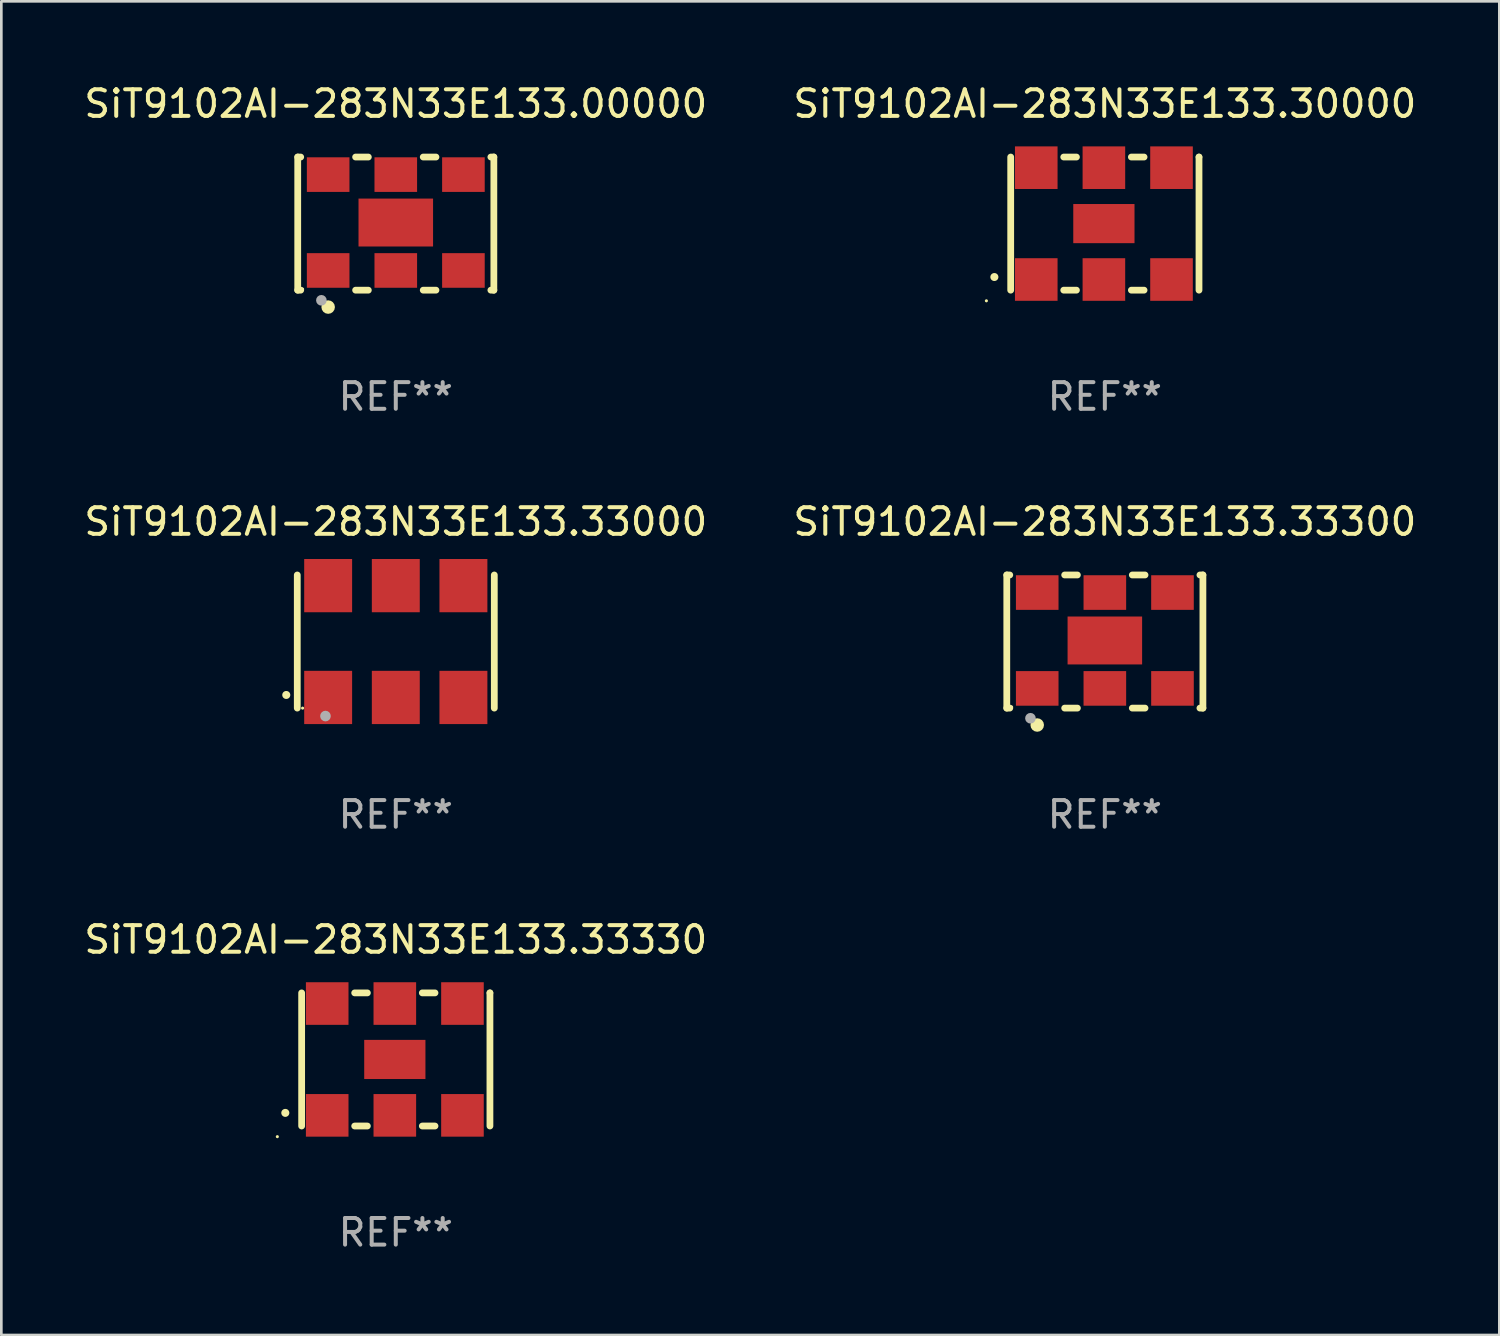
<source format=kicad_pcb>
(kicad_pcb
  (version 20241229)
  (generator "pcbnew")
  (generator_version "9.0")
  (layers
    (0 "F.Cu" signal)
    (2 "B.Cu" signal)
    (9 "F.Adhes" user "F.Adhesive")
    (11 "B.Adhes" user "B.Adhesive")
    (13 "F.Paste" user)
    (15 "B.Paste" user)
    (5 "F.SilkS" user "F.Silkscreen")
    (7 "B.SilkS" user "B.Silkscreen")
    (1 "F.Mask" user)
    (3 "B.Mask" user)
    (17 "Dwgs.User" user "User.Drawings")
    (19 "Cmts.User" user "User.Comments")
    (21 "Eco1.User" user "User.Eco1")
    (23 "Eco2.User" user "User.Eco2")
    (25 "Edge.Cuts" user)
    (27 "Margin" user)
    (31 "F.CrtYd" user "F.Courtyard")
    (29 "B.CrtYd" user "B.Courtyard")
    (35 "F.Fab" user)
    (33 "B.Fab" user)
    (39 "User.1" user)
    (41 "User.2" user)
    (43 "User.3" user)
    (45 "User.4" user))
  (footprint "SiT9102AI-283N33E133.33330"
    (layer "F.Cu")
    (at 11.815 36.741)
    (property "Reference" "SiT9102AI-283N33E133.33330" (at 0 -4.5 0) (layer "F.SilkS") (effects (font (size 1 1) (thickness 0.15))))
    (attr through_hole)
    (fp_line (start -3.536 -2.5) (end -3.536 2.5) (stroke (width 0.254) (type solid)) (layer "F.SilkS"))
    (fp_line (start -1.544 2.5) (end -1.067 2.5) (stroke (width 0.254) (type solid)) (layer "F.SilkS"))
    (fp_line (start -1.067 -2.5) (end -1.544 -2.5) (stroke (width 0.254) (type solid)) (layer "F.SilkS"))
    (fp_line (start 0.996 2.5) (end 1.473 2.5) (stroke (width 0.254) (type solid)) (layer "F.SilkS"))
    (fp_line (start 1.473 -2.5) (end 0.996 -2.5) (stroke (width 0.254) (type solid)) (layer "F.SilkS"))
    (fp_line (start 3.536 -2.5) (end 3.536 -2.5) (stroke (width 0.254) (type solid)) (layer "F.SilkS"))
    (fp_line (start 3.536 2.5) (end 3.536 -2.5) (stroke (width 0.254) (type solid)) (layer "F.SilkS"))
    (fp_arc (start -4.150432 2.006604) (mid -4.149162 2.006599) (end -4.147892 2.006604) (stroke (width 0.3) (type solid)) (layer "F.SilkS"))
    (fp_circle (center -4.449 2.9) (end -4.419 2.9) (stroke (width 0.06) (type solid)) (fill no) (layer "F.SilkS"))
    (fp_text user "REF**" (at 0 6.5 0) (layer "F.Fab") (effects (font (size 1 1) (thickness 0.15))))
    (pad "1" smd rect (at -2.576 2.1) (size 1.6 1.6) (layers "F.Cu" "F.Mask" "F.Paste"))
    (pad "2" smd rect (at -0.036 2.1) (size 1.6 1.6) (layers "F.Cu" "F.Mask" "F.Paste"))
    (pad "3" smd rect (at 2.504 2.1) (size 1.6 1.6) (layers "F.Cu" "F.Mask" "F.Paste"))
    (pad "4" smd rect (at 2.504 -2.1) (size 1.6 1.6) (layers "F.Cu" "F.Mask" "F.Paste"))
    (pad "5" smd rect (at -0.036 -2.1) (size 1.6 1.6) (layers "F.Cu" "F.Mask" "F.Paste"))
    (pad "6" smd rect (at -2.576 -2.1) (size 1.6 1.6) (layers "F.Cu" "F.Mask" "F.Paste"))
    (pad "7" smd rect (at -0.036 0) (size 2.3 1.47) (layers "F.Cu" "F.Mask" "F.Paste")))
  (footprint "SiT9102AI-283N33E133.33300"
    (layer "F.Cu")
    (at 38.446 21.045)
    (property "Reference" "SiT9102AI-283N33E133.33300" (at 0 -4.5 0) (layer "F.SilkS") (effects (font (size 1 1) (thickness 0.15))))
    (attr through_hole)
    (fp_line (start -3.683 -2.5) (end -3.571 -2.5) (stroke (width 0.254) (type solid)) (layer "F.SilkS"))
    (fp_line (start -3.683 2.5) (end -3.683 -2.5) (stroke (width 0.254) (type solid)) (layer "F.SilkS"))
    (fp_line (start -3.683 2.5) (end -3.571 2.5) (stroke (width 0.254) (type solid)) (layer "F.SilkS"))
    (fp_line (start -1.509 -2.5) (end -1.031 -2.5) (stroke (width 0.254) (type solid)) (layer "F.SilkS"))
    (fp_line (start -1.509 2.5) (end -1.031 2.5) (stroke (width 0.254) (type solid)) (layer "F.SilkS"))
    (fp_line (start 1.031 -2.5) (end 1.509 -2.5) (stroke (width 0.254) (type solid)) (layer "F.SilkS"))
    (fp_line (start 1.031 2.5) (end 1.509 2.5) (stroke (width 0.254) (type solid)) (layer "F.SilkS"))
    (fp_line (start 3.571 -2.5) (end 3.683 -2.5) (stroke (width 0.254) (type solid)) (layer "F.SilkS"))
    (fp_line (start 3.571 2.5) (end 3.683 2.5) (stroke (width 0.254) (type solid)) (layer "F.SilkS"))
    (fp_line (start 3.683 2.5) (end 3.683 -2.5) (stroke (width 0.254) (type solid)) (layer "F.SilkS"))
    (fp_circle (center -3.5 2.46) (end -3.47 2.46) (stroke (width 0.06) (type solid)) (fill no) (layer "F.SilkS"))
    (fp_circle (center -2.54 3.135) (end -2.413 3.135) (stroke (width 0.254) (type solid)) (fill no) (layer "F.SilkS"))
    (fp_circle (center -2.794 2.881) (end -2.694 2.881) (stroke (width 0.2) (type solid)) (fill no) (layer "F.Fab"))
    (fp_text user "REF**" (at 0 6.5 0) (layer "F.Fab") (effects (font (size 1 1) (thickness 0.15))))
    (pad "1" smd rect (at -2.54 1.76) (size 1.6 1.3) (layers "F.Cu" "F.Mask" "F.Paste"))
    (pad "2" smd rect (at 0 1.76) (size 1.6 1.3) (layers "F.Cu" "F.Mask" "F.Paste"))
    (pad "3" smd rect (at 2.54 1.76) (size 1.6 1.3) (layers "F.Cu" "F.Mask" "F.Paste"))
    (pad "4" smd rect (at 2.54 -1.84) (size 1.6 1.3) (layers "F.Cu" "F.Mask" "F.Paste"))
    (pad "5" smd rect (at 0 -1.84) (size 1.6 1.3) (layers "F.Cu" "F.Mask" "F.Paste"))
    (pad "6" smd rect (at -2.54 -1.84) (size 1.6 1.3) (layers "F.Cu" "F.Mask" "F.Paste"))
    (pad "7" smd rect (at 0 -0.04) (size 2.8 1.8) (layers "F.Cu" "F.Mask" "F.Paste")))
  (footprint "SiT9102AI-283N33E133.00000"
    (layer "F.Cu")
    (at 11.815 5.348)
    (property "Reference" "SiT9102AI-283N33E133.00000" (at 0 -4.5 0) (layer "F.SilkS") (effects (font (size 1 1) (thickness 0.15))))
    (attr through_hole)
    (fp_line (start -3.683 -2.5) (end -3.571 -2.5) (stroke (width 0.254) (type solid)) (layer "F.SilkS"))
    (fp_line (start -3.683 2.5) (end -3.683 -2.5) (stroke (width 0.254) (type solid)) (layer "F.SilkS"))
    (fp_line (start -3.683 2.5) (end -3.571 2.5) (stroke (width 0.254) (type solid)) (layer "F.SilkS"))
    (fp_line (start -1.509 -2.5) (end -1.031 -2.5) (stroke (width 0.254) (type solid)) (layer "F.SilkS"))
    (fp_line (start -1.509 2.5) (end -1.031 2.5) (stroke (width 0.254) (type solid)) (layer "F.SilkS"))
    (fp_line (start 1.031 -2.5) (end 1.509 -2.5) (stroke (width 0.254) (type solid)) (layer "F.SilkS"))
    (fp_line (start 1.031 2.5) (end 1.509 2.5) (stroke (width 0.254) (type solid)) (layer "F.SilkS"))
    (fp_line (start 3.571 -2.5) (end 3.683 -2.5) (stroke (width 0.254) (type solid)) (layer "F.SilkS"))
    (fp_line (start 3.571 2.5) (end 3.683 2.5) (stroke (width 0.254) (type solid)) (layer "F.SilkS"))
    (fp_line (start 3.683 2.5) (end 3.683 -2.5) (stroke (width 0.254) (type solid)) (layer "F.SilkS"))
    (fp_circle (center -3.5 2.46) (end -3.47 2.46) (stroke (width 0.06) (type solid)) (fill no) (layer "F.SilkS"))
    (fp_circle (center -2.54 3.135) (end -2.413 3.135) (stroke (width 0.254) (type solid)) (fill no) (layer "F.SilkS"))
    (fp_circle (center -2.794 2.881) (end -2.694 2.881) (stroke (width 0.2) (type solid)) (fill no) (layer "F.Fab"))
    (fp_text user "REF**" (at 0 6.5 0) (layer "F.Fab") (effects (font (size 1 1) (thickness 0.15))))
    (pad "1" smd rect (at -2.54 1.76) (size 1.6 1.3) (layers "F.Cu" "F.Mask" "F.Paste"))
    (pad "2" smd rect (at 0 1.76) (size 1.6 1.3) (layers "F.Cu" "F.Mask" "F.Paste"))
    (pad "3" smd rect (at 2.54 1.76) (size 1.6 1.3) (layers "F.Cu" "F.Mask" "F.Paste"))
    (pad "4" smd rect (at 2.54 -1.84) (size 1.6 1.3) (layers "F.Cu" "F.Mask" "F.Paste"))
    (pad "5" smd rect (at 0 -1.84) (size 1.6 1.3) (layers "F.Cu" "F.Mask" "F.Paste"))
    (pad "6" smd rect (at -2.54 -1.84) (size 1.6 1.3) (layers "F.Cu" "F.Mask" "F.Paste"))
    (pad "7" smd rect (at 0 -0.04) (size 2.8 1.8) (layers "F.Cu" "F.Mask" "F.Paste")))
  (footprint "SiT9102AI-283N33E133.30000"
    (layer "F.Cu")
    (at 38.446 5.348)
    (property "Reference" "SiT9102AI-283N33E133.30000" (at 0 -4.5 0) (layer "F.SilkS") (effects (font (size 1 1) (thickness 0.15))))
    (attr through_hole)
    (fp_line (start -3.536 -2.5) (end -3.536 2.5) (stroke (width 0.254) (type solid)) (layer "F.SilkS"))
    (fp_line (start -1.544 2.5) (end -1.067 2.5) (stroke (width 0.254) (type solid)) (layer "F.SilkS"))
    (fp_line (start -1.067 -2.5) (end -1.544 -2.5) (stroke (width 0.254) (type solid)) (layer "F.SilkS"))
    (fp_line (start 0.996 2.5) (end 1.473 2.5) (stroke (width 0.254) (type solid)) (layer "F.SilkS"))
    (fp_line (start 1.473 -2.5) (end 0.996 -2.5) (stroke (width 0.254) (type solid)) (layer "F.SilkS"))
    (fp_line (start 3.536 -2.5) (end 3.536 -2.5) (stroke (width 0.254) (type solid)) (layer "F.SilkS"))
    (fp_line (start 3.536 2.5) (end 3.536 -2.5) (stroke (width 0.254) (type solid)) (layer "F.SilkS"))
    (fp_arc (start -4.150432 2.006604) (mid -4.149162 2.006599) (end -4.147892 2.006604) (stroke (width 0.3) (type solid)) (layer "F.SilkS"))
    (fp_circle (center -4.449 2.9) (end -4.419 2.9) (stroke (width 0.06) (type solid)) (fill no) (layer "F.SilkS"))
    (fp_text user "REF**" (at 0 6.5 0) (layer "F.Fab") (effects (font (size 1 1) (thickness 0.15))))
    (pad "1" smd rect (at -2.576 2.1) (size 1.6 1.6) (layers "F.Cu" "F.Mask" "F.Paste"))
    (pad "2" smd rect (at -0.036 2.1) (size 1.6 1.6) (layers "F.Cu" "F.Mask" "F.Paste"))
    (pad "3" smd rect (at 2.504 2.1) (size 1.6 1.6) (layers "F.Cu" "F.Mask" "F.Paste"))
    (pad "4" smd rect (at 2.504 -2.1) (size 1.6 1.6) (layers "F.Cu" "F.Mask" "F.Paste"))
    (pad "5" smd rect (at -0.036 -2.1) (size 1.6 1.6) (layers "F.Cu" "F.Mask" "F.Paste"))
    (pad "6" smd rect (at -2.576 -2.1) (size 1.6 1.6) (layers "F.Cu" "F.Mask" "F.Paste"))
    (pad "7" smd rect (at -0.036 0) (size 2.3 1.47) (layers "F.Cu" "F.Mask" "F.Paste")))
  (footprint "SiT9102AI-283N33E133.33000"
    (layer "F.Cu")
    (at 11.815 21.045)
    (property "Reference" "SiT9102AI-283N33E133.33000" (at 0 -4.5 0) (layer "F.SilkS") (effects (font (size 1 1) (thickness 0.15))))
    (attr through_hole)
    (fp_line (start -3.7 -2.5) (end -3.7 2.5) (stroke (width 0.254) (type solid)) (layer "F.SilkS"))
    (fp_line (start 3.7 -2.5) (end 3.7 2.5) (stroke (width 0.254) (type solid)) (layer "F.SilkS"))
    (fp_arc (start -4.114415 2.006604) (mid -4.113145 2.006599) (end -4.111875 2.006604) (stroke (width 0.3) (type solid)) (layer "F.SilkS"))
    (fp_circle (center -3.5 2.501) (end -3.47 2.501) (stroke (width 0.06) (type solid)) (fill no) (layer "F.SilkS"))
    (fp_circle (center -2.641 2.799) (end -2.541 2.799) (stroke (width 0.2) (type solid)) (fill no) (layer "F.Fab"))
    (fp_text user "REF**" (at 0 6.5 0) (layer "F.Fab") (effects (font (size 1 1) (thickness 0.15))))
    (pad "1" smd rect (at -2.54 2.1) (size 1.8 2) (layers "F.Cu" "F.Mask" "F.Paste"))
    (pad "2" smd rect (at 0.000394 2.1) (size 1.8 2) (layers "F.Cu" "F.Mask" "F.Paste"))
    (pad "3" smd rect (at 2.54 2.1) (size 1.8 2) (layers "F.Cu" "F.Mask" "F.Paste"))
    (pad "4" smd rect (at 2.54 -2.1) (size 1.8 2) (layers "F.Cu" "F.Mask" "F.Paste"))
    (pad "5" smd rect (at 0.000394 -2.1) (size 1.8 2) (layers "F.Cu" "F.Mask" "F.Paste"))
    (pad "6" smd rect (at -2.54 -2.1) (size 1.8 2) (layers "F.Cu" "F.Mask" "F.Paste")))
  (gr_rect
    (start -3 -3)
    (end 53.262 47.09)
    (stroke (width 0.1) (type default))
    (fill no)
    (layer "Edge.Cuts")))
</source>
